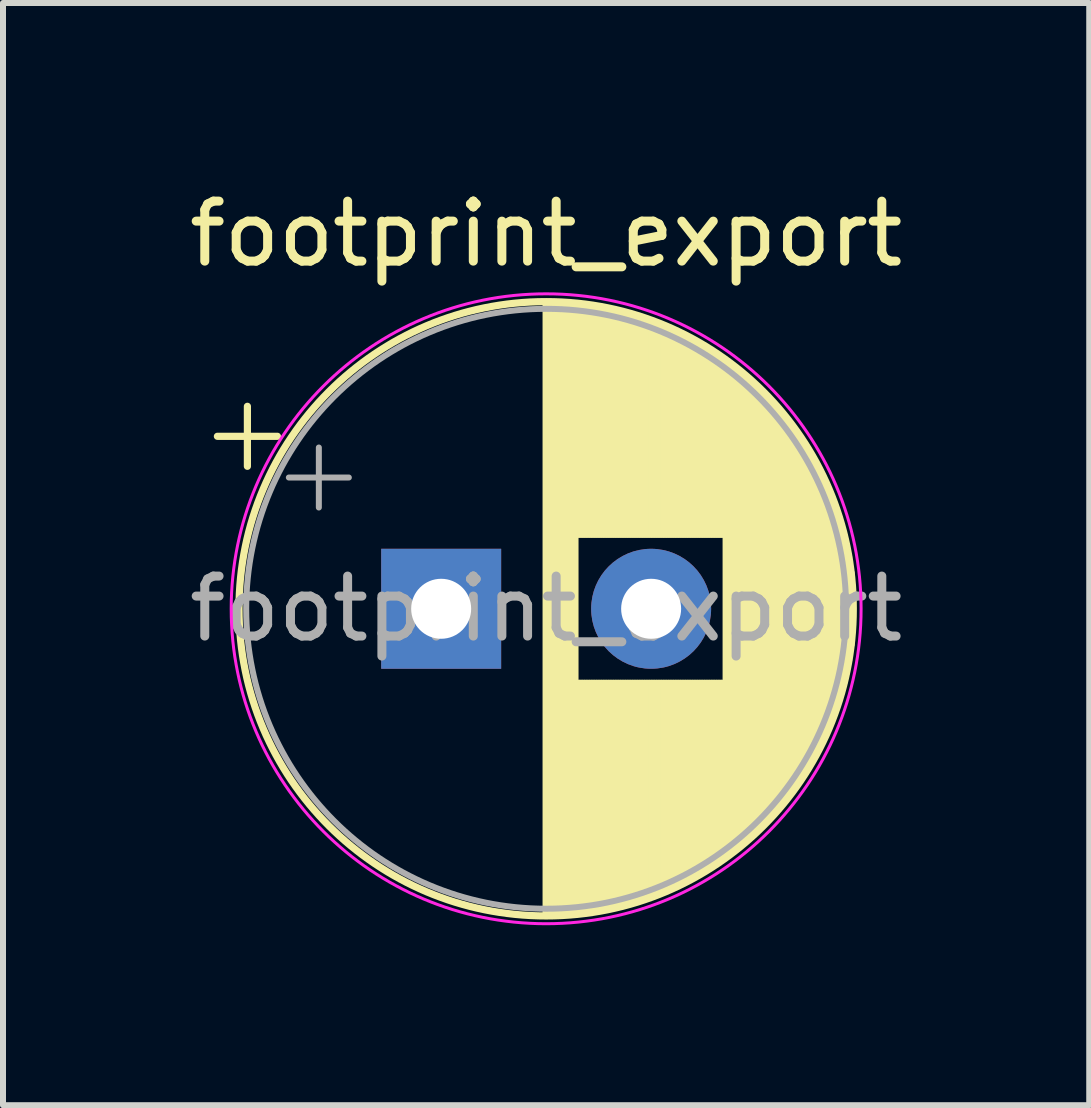
<source format=kicad_pcb>
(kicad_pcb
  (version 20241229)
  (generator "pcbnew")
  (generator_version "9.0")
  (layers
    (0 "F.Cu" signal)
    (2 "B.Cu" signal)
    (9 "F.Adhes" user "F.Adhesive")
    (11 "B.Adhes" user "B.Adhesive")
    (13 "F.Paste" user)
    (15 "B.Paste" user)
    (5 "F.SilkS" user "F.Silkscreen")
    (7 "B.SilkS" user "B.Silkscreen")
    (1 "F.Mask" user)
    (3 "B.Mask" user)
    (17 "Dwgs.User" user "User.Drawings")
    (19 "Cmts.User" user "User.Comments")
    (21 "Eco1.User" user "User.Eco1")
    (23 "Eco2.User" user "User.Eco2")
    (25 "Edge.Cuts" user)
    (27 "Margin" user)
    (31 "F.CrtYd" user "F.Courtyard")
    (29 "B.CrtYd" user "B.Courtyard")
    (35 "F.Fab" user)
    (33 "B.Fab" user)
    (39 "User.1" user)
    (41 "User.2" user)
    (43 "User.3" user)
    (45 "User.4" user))
  (footprint "footprint_export"
    (layer "F.Cu")
    (at 4.304 7.098)
    (property "Reference" "footprint_export" (at 1.75 -6.25 0) (layer "F.SilkS") (effects (font (size 1 1) (thickness 0.15))))
    (attr through_hole)
    (fp_line (start -3.73 -2.875) (end -2.73 -2.875) (stroke (width 0.12) (type solid)) (layer "F.SilkS"))
    (fp_line (start -3.23 -3.375) (end -3.23 -2.375) (stroke (width 0.12) (type solid)) (layer "F.SilkS"))
    (fp_line (start 1.75 -5.08) (end 1.75 5.08) (stroke (width 0.12) (type solid)) (layer "F.SilkS"))
    (fp_line (start 1.79 -5.08) (end 1.79 5.08) (stroke (width 0.12) (type solid)) (layer "F.SilkS"))
    (fp_line (start 1.83 -5.08) (end 1.83 5.08) (stroke (width 0.12) (type solid)) (layer "F.SilkS"))
    (fp_line (start 1.87 -5.079) (end 1.87 5.079) (stroke (width 0.12) (type solid)) (layer "F.SilkS"))
    (fp_line (start 1.91 -5.078) (end 1.91 5.078) (stroke (width 0.12) (type solid)) (layer "F.SilkS"))
    (fp_line (start 1.95 -5.077) (end 1.95 5.077) (stroke (width 0.12) (type solid)) (layer "F.SilkS"))
    (fp_line (start 1.99 -5.075) (end 1.99 5.075) (stroke (width 0.12) (type solid)) (layer "F.SilkS"))
    (fp_line (start 2.03 -5.073) (end 2.03 5.073) (stroke (width 0.12) (type solid)) (layer "F.SilkS"))
    (fp_line (start 2.07 -5.07) (end 2.07 5.07) (stroke (width 0.12) (type solid)) (layer "F.SilkS"))
    (fp_line (start 2.11 -5.068) (end 2.11 5.068) (stroke (width 0.12) (type solid)) (layer "F.SilkS"))
    (fp_line (start 2.15 -5.065) (end 2.15 5.065) (stroke (width 0.12) (type solid)) (layer "F.SilkS"))
    (fp_line (start 2.19 -5.062) (end 2.19 5.062) (stroke (width 0.12) (type solid)) (layer "F.SilkS"))
    (fp_line (start 2.23 -5.058) (end 2.23 5.058) (stroke (width 0.12) (type solid)) (layer "F.SilkS"))
    (fp_line (start 2.27 -5.054) (end 2.27 -1.241) (stroke (width 0.12) (type solid)) (layer "F.SilkS"))
    (fp_line (start 2.27 1.241) (end 2.27 5.054) (stroke (width 0.12) (type solid)) (layer "F.SilkS"))
    (fp_line (start 2.31 -5.05) (end 2.31 -1.241) (stroke (width 0.12) (type solid)) (layer "F.SilkS"))
    (fp_line (start 2.31 1.241) (end 2.31 5.05) (stroke (width 0.12) (type solid)) (layer "F.SilkS"))
    (fp_line (start 2.35 -5.045) (end 2.35 -1.241) (stroke (width 0.12) (type solid)) (layer "F.SilkS"))
    (fp_line (start 2.35 1.241) (end 2.35 5.045) (stroke (width 0.12) (type solid)) (layer "F.SilkS"))
    (fp_line (start 2.39 -5.04) (end 2.39 -1.241) (stroke (width 0.12) (type solid)) (layer "F.SilkS"))
    (fp_line (start 2.39 1.241) (end 2.39 5.04) (stroke (width 0.12) (type solid)) (layer "F.SilkS"))
    (fp_line (start 2.43 -5.035) (end 2.43 -1.241) (stroke (width 0.12) (type solid)) (layer "F.SilkS"))
    (fp_line (start 2.43 1.241) (end 2.43 5.035) (stroke (width 0.12) (type solid)) (layer "F.SilkS"))
    (fp_line (start 2.471 -5.03) (end 2.471 -1.241) (stroke (width 0.12) (type solid)) (layer "F.SilkS"))
    (fp_line (start 2.471 1.241) (end 2.471 5.03) (stroke (width 0.12) (type solid)) (layer "F.SilkS"))
    (fp_line (start 2.511 -5.024) (end 2.511 -1.241) (stroke (width 0.12) (type solid)) (layer "F.SilkS"))
    (fp_line (start 2.511 1.241) (end 2.511 5.024) (stroke (width 0.12) (type solid)) (layer "F.SilkS"))
    (fp_line (start 2.551 -5.018) (end 2.551 -1.241) (stroke (width 0.12) (type solid)) (layer "F.SilkS"))
    (fp_line (start 2.551 1.241) (end 2.551 5.018) (stroke (width 0.12) (type solid)) (layer "F.SilkS"))
    (fp_line (start 2.591 -5.011) (end 2.591 -1.241) (stroke (width 0.12) (type solid)) (layer "F.SilkS"))
    (fp_line (start 2.591 1.241) (end 2.591 5.011) (stroke (width 0.12) (type solid)) (layer "F.SilkS"))
    (fp_line (start 2.631 -5.004) (end 2.631 -1.241) (stroke (width 0.12) (type solid)) (layer "F.SilkS"))
    (fp_line (start 2.631 1.241) (end 2.631 5.004) (stroke (width 0.12) (type solid)) (layer "F.SilkS"))
    (fp_line (start 2.671 -4.997) (end 2.671 -1.241) (stroke (width 0.12) (type solid)) (layer "F.SilkS"))
    (fp_line (start 2.671 1.241) (end 2.671 4.997) (stroke (width 0.12) (type solid)) (layer "F.SilkS"))
    (fp_line (start 2.711 -4.99) (end 2.711 -1.241) (stroke (width 0.12) (type solid)) (layer "F.SilkS"))
    (fp_line (start 2.711 1.241) (end 2.711 4.99) (stroke (width 0.12) (type solid)) (layer "F.SilkS"))
    (fp_line (start 2.751 -4.982) (end 2.751 -1.241) (stroke (width 0.12) (type solid)) (layer "F.SilkS"))
    (fp_line (start 2.751 1.241) (end 2.751 4.982) (stroke (width 0.12) (type solid)) (layer "F.SilkS"))
    (fp_line (start 2.791 -4.974) (end 2.791 -1.241) (stroke (width 0.12) (type solid)) (layer "F.SilkS"))
    (fp_line (start 2.791 1.241) (end 2.791 4.974) (stroke (width 0.12) (type solid)) (layer "F.SilkS"))
    (fp_line (start 2.831 -4.965) (end 2.831 -1.241) (stroke (width 0.12) (type solid)) (layer "F.SilkS"))
    (fp_line (start 2.831 1.241) (end 2.831 4.965) (stroke (width 0.12) (type solid)) (layer "F.SilkS"))
    (fp_line (start 2.871 -4.956) (end 2.871 -1.241) (stroke (width 0.12) (type solid)) (layer "F.SilkS"))
    (fp_line (start 2.871 1.241) (end 2.871 4.956) (stroke (width 0.12) (type solid)) (layer "F.SilkS"))
    (fp_line (start 2.911 -4.947) (end 2.911 -1.241) (stroke (width 0.12) (type solid)) (layer "F.SilkS"))
    (fp_line (start 2.911 1.241) (end 2.911 4.947) (stroke (width 0.12) (type solid)) (layer "F.SilkS"))
    (fp_line (start 2.951 -4.938) (end 2.951 -1.241) (stroke (width 0.12) (type solid)) (layer "F.SilkS"))
    (fp_line (start 2.951 1.241) (end 2.951 4.938) (stroke (width 0.12) (type solid)) (layer "F.SilkS"))
    (fp_line (start 2.991 -4.928) (end 2.991 -1.241) (stroke (width 0.12) (type solid)) (layer "F.SilkS"))
    (fp_line (start 2.991 1.241) (end 2.991 4.928) (stroke (width 0.12) (type solid)) (layer "F.SilkS"))
    (fp_line (start 3.031 -4.918) (end 3.031 -1.241) (stroke (width 0.12) (type solid)) (layer "F.SilkS"))
    (fp_line (start 3.031 1.241) (end 3.031 4.918) (stroke (width 0.12) (type solid)) (layer "F.SilkS"))
    (fp_line (start 3.071 -4.907) (end 3.071 -1.241) (stroke (width 0.12) (type solid)) (layer "F.SilkS"))
    (fp_line (start 3.071 1.241) (end 3.071 4.907) (stroke (width 0.12) (type solid)) (layer "F.SilkS"))
    (fp_line (start 3.111 -4.897) (end 3.111 -1.241) (stroke (width 0.12) (type solid)) (layer "F.SilkS"))
    (fp_line (start 3.111 1.241) (end 3.111 4.897) (stroke (width 0.12) (type solid)) (layer "F.SilkS"))
    (fp_line (start 3.151 -4.885) (end 3.151 -1.241) (stroke (width 0.12) (type solid)) (layer "F.SilkS"))
    (fp_line (start 3.151 1.241) (end 3.151 4.885) (stroke (width 0.12) (type solid)) (layer "F.SilkS"))
    (fp_line (start 3.191 -4.874) (end 3.191 -1.241) (stroke (width 0.12) (type solid)) (layer "F.SilkS"))
    (fp_line (start 3.191 1.241) (end 3.191 4.874) (stroke (width 0.12) (type solid)) (layer "F.SilkS"))
    (fp_line (start 3.231 -4.862) (end 3.231 -1.241) (stroke (width 0.12) (type solid)) (layer "F.SilkS"))
    (fp_line (start 3.231 1.241) (end 3.231 4.862) (stroke (width 0.12) (type solid)) (layer "F.SilkS"))
    (fp_line (start 3.271 -4.85) (end 3.271 -1.241) (stroke (width 0.12) (type solid)) (layer "F.SilkS"))
    (fp_line (start 3.271 1.241) (end 3.271 4.85) (stroke (width 0.12) (type solid)) (layer "F.SilkS"))
    (fp_line (start 3.311 -4.837) (end 3.311 -1.241) (stroke (width 0.12) (type solid)) (layer "F.SilkS"))
    (fp_line (start 3.311 1.241) (end 3.311 4.837) (stroke (width 0.12) (type solid)) (layer "F.SilkS"))
    (fp_line (start 3.351 -4.824) (end 3.351 -1.241) (stroke (width 0.12) (type solid)) (layer "F.SilkS"))
    (fp_line (start 3.351 1.241) (end 3.351 4.824) (stroke (width 0.12) (type solid)) (layer "F.SilkS"))
    (fp_line (start 3.391 -4.811) (end 3.391 -1.241) (stroke (width 0.12) (type solid)) (layer "F.SilkS"))
    (fp_line (start 3.391 1.241) (end 3.391 4.811) (stroke (width 0.12) (type solid)) (layer "F.SilkS"))
    (fp_line (start 3.431 -4.797) (end 3.431 -1.241) (stroke (width 0.12) (type solid)) (layer "F.SilkS"))
    (fp_line (start 3.431 1.241) (end 3.431 4.797) (stroke (width 0.12) (type solid)) (layer "F.SilkS"))
    (fp_line (start 3.471 -4.783) (end 3.471 -1.241) (stroke (width 0.12) (type solid)) (layer "F.SilkS"))
    (fp_line (start 3.471 1.241) (end 3.471 4.783) (stroke (width 0.12) (type solid)) (layer "F.SilkS"))
    (fp_line (start 3.511 -4.768) (end 3.511 -1.241) (stroke (width 0.12) (type solid)) (layer "F.SilkS"))
    (fp_line (start 3.511 1.241) (end 3.511 4.768) (stroke (width 0.12) (type solid)) (layer "F.SilkS"))
    (fp_line (start 3.551 -4.754) (end 3.551 -1.241) (stroke (width 0.12) (type solid)) (layer "F.SilkS"))
    (fp_line (start 3.551 1.241) (end 3.551 4.754) (stroke (width 0.12) (type solid)) (layer "F.SilkS"))
    (fp_line (start 3.591 -4.738) (end 3.591 -1.241) (stroke (width 0.12) (type solid)) (layer "F.SilkS"))
    (fp_line (start 3.591 1.241) (end 3.591 4.738) (stroke (width 0.12) (type solid)) (layer "F.SilkS"))
    (fp_line (start 3.631 -4.723) (end 3.631 -1.241) (stroke (width 0.12) (type solid)) (layer "F.SilkS"))
    (fp_line (start 3.631 1.241) (end 3.631 4.723) (stroke (width 0.12) (type solid)) (layer "F.SilkS"))
    (fp_line (start 3.671 -4.707) (end 3.671 -1.241) (stroke (width 0.12) (type solid)) (layer "F.SilkS"))
    (fp_line (start 3.671 1.241) (end 3.671 4.707) (stroke (width 0.12) (type solid)) (layer "F.SilkS"))
    (fp_line (start 3.711 -4.69) (end 3.711 -1.241) (stroke (width 0.12) (type solid)) (layer "F.SilkS"))
    (fp_line (start 3.711 1.241) (end 3.711 4.69) (stroke (width 0.12) (type solid)) (layer "F.SilkS"))
    (fp_line (start 3.751 -4.674) (end 3.751 -1.241) (stroke (width 0.12) (type solid)) (layer "F.SilkS"))
    (fp_line (start 3.751 1.241) (end 3.751 4.674) (stroke (width 0.12) (type solid)) (layer "F.SilkS"))
    (fp_line (start 3.791 -4.657) (end 3.791 -1.241) (stroke (width 0.12) (type solid)) (layer "F.SilkS"))
    (fp_line (start 3.791 1.241) (end 3.791 4.657) (stroke (width 0.12) (type solid)) (layer "F.SilkS"))
    (fp_line (start 3.831 -4.639) (end 3.831 -1.241) (stroke (width 0.12) (type solid)) (layer "F.SilkS"))
    (fp_line (start 3.831 1.241) (end 3.831 4.639) (stroke (width 0.12) (type solid)) (layer "F.SilkS"))
    (fp_line (start 3.871 -4.621) (end 3.871 -1.241) (stroke (width 0.12) (type solid)) (layer "F.SilkS"))
    (fp_line (start 3.871 1.241) (end 3.871 4.621) (stroke (width 0.12) (type solid)) (layer "F.SilkS"))
    (fp_line (start 3.911 -4.603) (end 3.911 -1.241) (stroke (width 0.12) (type solid)) (layer "F.SilkS"))
    (fp_line (start 3.911 1.241) (end 3.911 4.603) (stroke (width 0.12) (type solid)) (layer "F.SilkS"))
    (fp_line (start 3.951 -4.584) (end 3.951 -1.241) (stroke (width 0.12) (type solid)) (layer "F.SilkS"))
    (fp_line (start 3.951 1.241) (end 3.951 4.584) (stroke (width 0.12) (type solid)) (layer "F.SilkS"))
    (fp_line (start 3.991 -4.564) (end 3.991 -1.241) (stroke (width 0.12) (type solid)) (layer "F.SilkS"))
    (fp_line (start 3.991 1.241) (end 3.991 4.564) (stroke (width 0.12) (type solid)) (layer "F.SilkS"))
    (fp_line (start 4.031 -4.545) (end 4.031 -1.241) (stroke (width 0.12) (type solid)) (layer "F.SilkS"))
    (fp_line (start 4.031 1.241) (end 4.031 4.545) (stroke (width 0.12) (type solid)) (layer "F.SilkS"))
    (fp_line (start 4.071 -4.525) (end 4.071 -1.241) (stroke (width 0.12) (type solid)) (layer "F.SilkS"))
    (fp_line (start 4.071 1.241) (end 4.071 4.525) (stroke (width 0.12) (type solid)) (layer "F.SilkS"))
    (fp_line (start 4.111 -4.504) (end 4.111 -1.241) (stroke (width 0.12) (type solid)) (layer "F.SilkS"))
    (fp_line (start 4.111 1.241) (end 4.111 4.504) (stroke (width 0.12) (type solid)) (layer "F.SilkS"))
    (fp_line (start 4.151 -4.483) (end 4.151 -1.241) (stroke (width 0.12) (type solid)) (layer "F.SilkS"))
    (fp_line (start 4.151 1.241) (end 4.151 4.483) (stroke (width 0.12) (type solid)) (layer "F.SilkS"))
    (fp_line (start 4.191 -4.462) (end 4.191 -1.241) (stroke (width 0.12) (type solid)) (layer "F.SilkS"))
    (fp_line (start 4.191 1.241) (end 4.191 4.462) (stroke (width 0.12) (type solid)) (layer "F.SilkS"))
    (fp_line (start 4.231 -4.44) (end 4.231 -1.241) (stroke (width 0.12) (type solid)) (layer "F.SilkS"))
    (fp_line (start 4.231 1.241) (end 4.231 4.44) (stroke (width 0.12) (type solid)) (layer "F.SilkS"))
    (fp_line (start 4.271 -4.417) (end 4.271 -1.241) (stroke (width 0.12) (type solid)) (layer "F.SilkS"))
    (fp_line (start 4.271 1.241) (end 4.271 4.417) (stroke (width 0.12) (type solid)) (layer "F.SilkS"))
    (fp_line (start 4.311 -4.395) (end 4.311 -1.241) (stroke (width 0.12) (type solid)) (layer "F.SilkS"))
    (fp_line (start 4.311 1.241) (end 4.311 4.395) (stroke (width 0.12) (type solid)) (layer "F.SilkS"))
    (fp_line (start 4.351 -4.371) (end 4.351 -1.241) (stroke (width 0.12) (type solid)) (layer "F.SilkS"))
    (fp_line (start 4.351 1.241) (end 4.351 4.371) (stroke (width 0.12) (type solid)) (layer "F.SilkS"))
    (fp_line (start 4.391 -4.347) (end 4.391 -1.241) (stroke (width 0.12) (type solid)) (layer "F.SilkS"))
    (fp_line (start 4.391 1.241) (end 4.391 4.347) (stroke (width 0.12) (type solid)) (layer "F.SilkS"))
    (fp_line (start 4.431 -4.323) (end 4.431 -1.241) (stroke (width 0.12) (type solid)) (layer "F.SilkS"))
    (fp_line (start 4.431 1.241) (end 4.431 4.323) (stroke (width 0.12) (type solid)) (layer "F.SilkS"))
    (fp_line (start 4.471 -4.298) (end 4.471 -1.241) (stroke (width 0.12) (type solid)) (layer "F.SilkS"))
    (fp_line (start 4.471 1.241) (end 4.471 4.298) (stroke (width 0.12) (type solid)) (layer "F.SilkS"))
    (fp_line (start 4.511 -4.273) (end 4.511 -1.241) (stroke (width 0.12) (type solid)) (layer "F.SilkS"))
    (fp_line (start 4.511 1.241) (end 4.511 4.273) (stroke (width 0.12) (type solid)) (layer "F.SilkS"))
    (fp_line (start 4.551 -4.247) (end 4.551 -1.241) (stroke (width 0.12) (type solid)) (layer "F.SilkS"))
    (fp_line (start 4.551 1.241) (end 4.551 4.247) (stroke (width 0.12) (type solid)) (layer "F.SilkS"))
    (fp_line (start 4.591 -4.221) (end 4.591 -1.241) (stroke (width 0.12) (type solid)) (layer "F.SilkS"))
    (fp_line (start 4.591 1.241) (end 4.591 4.221) (stroke (width 0.12) (type solid)) (layer "F.SilkS"))
    (fp_line (start 4.631 -4.194) (end 4.631 -1.241) (stroke (width 0.12) (type solid)) (layer "F.SilkS"))
    (fp_line (start 4.631 1.241) (end 4.631 4.194) (stroke (width 0.12) (type solid)) (layer "F.SilkS"))
    (fp_line (start 4.671 -4.166) (end 4.671 -1.241) (stroke (width 0.12) (type solid)) (layer "F.SilkS"))
    (fp_line (start 4.671 1.241) (end 4.671 4.166) (stroke (width 0.12) (type solid)) (layer "F.SilkS"))
    (fp_line (start 4.711 -4.138) (end 4.711 -1.241) (stroke (width 0.12) (type solid)) (layer "F.SilkS"))
    (fp_line (start 4.711 1.241) (end 4.711 4.138) (stroke (width 0.12) (type solid)) (layer "F.SilkS"))
    (fp_line (start 4.751 -4.11) (end 4.751 4.11) (stroke (width 0.12) (type solid)) (layer "F.SilkS"))
    (fp_line (start 4.791 -4.08) (end 4.791 4.08) (stroke (width 0.12) (type solid)) (layer "F.SilkS"))
    (fp_line (start 4.831 -4.05) (end 4.831 4.05) (stroke (width 0.12) (type solid)) (layer "F.SilkS"))
    (fp_line (start 4.871 -4.02) (end 4.871 4.02) (stroke (width 0.12) (type solid)) (layer "F.SilkS"))
    (fp_line (start 4.911 -3.989) (end 4.911 3.989) (stroke (width 0.12) (type solid)) (layer "F.SilkS"))
    (fp_line (start 4.951 -3.957) (end 4.951 3.957) (stroke (width 0.12) (type solid)) (layer "F.SilkS"))
    (fp_line (start 4.991 -3.925) (end 4.991 3.925) (stroke (width 0.12) (type solid)) (layer "F.SilkS"))
    (fp_line (start 5.031 -3.892) (end 5.031 3.892) (stroke (width 0.12) (type solid)) (layer "F.SilkS"))
    (fp_line (start 5.071 -3.858) (end 5.071 3.858) (stroke (width 0.12) (type solid)) (layer "F.SilkS"))
    (fp_line (start 5.111 -3.824) (end 5.111 3.824) (stroke (width 0.12) (type solid)) (layer "F.SilkS"))
    (fp_line (start 5.151 -3.789) (end 5.151 3.789) (stroke (width 0.12) (type solid)) (layer "F.SilkS"))
    (fp_line (start 5.191 -3.753) (end 5.191 3.753) (stroke (width 0.12) (type solid)) (layer "F.SilkS"))
    (fp_line (start 5.231 -3.716) (end 5.231 3.716) (stroke (width 0.12) (type solid)) (layer "F.SilkS"))
    (fp_line (start 5.271 -3.679) (end 5.271 3.679) (stroke (width 0.12) (type solid)) (layer "F.SilkS"))
    (fp_line (start 5.311 -3.64) (end 5.311 3.64) (stroke (width 0.12) (type solid)) (layer "F.SilkS"))
    (fp_line (start 5.351 -3.601) (end 5.351 3.601) (stroke (width 0.12) (type solid)) (layer "F.SilkS"))
    (fp_line (start 5.391 -3.561) (end 5.391 3.561) (stroke (width 0.12) (type solid)) (layer "F.SilkS"))
    (fp_line (start 5.431 -3.52) (end 5.431 3.52) (stroke (width 0.12) (type solid)) (layer "F.SilkS"))
    (fp_line (start 5.471 -3.478) (end 5.471 3.478) (stroke (width 0.12) (type solid)) (layer "F.SilkS"))
    (fp_line (start 5.511 -3.436) (end 5.511 3.436) (stroke (width 0.12) (type solid)) (layer "F.SilkS"))
    (fp_line (start 5.551 -3.392) (end 5.551 3.392) (stroke (width 0.12) (type solid)) (layer "F.SilkS"))
    (fp_line (start 5.591 -3.347) (end 5.591 3.347) (stroke (width 0.12) (type solid)) (layer "F.SilkS"))
    (fp_line (start 5.631 -3.301) (end 5.631 3.301) (stroke (width 0.12) (type solid)) (layer "F.SilkS"))
    (fp_line (start 5.671 -3.254) (end 5.671 3.254) (stroke (width 0.12) (type solid)) (layer "F.SilkS"))
    (fp_line (start 5.711 -3.206) (end 5.711 3.206) (stroke (width 0.12) (type solid)) (layer "F.SilkS"))
    (fp_line (start 5.751 -3.156) (end 5.751 3.156) (stroke (width 0.12) (type solid)) (layer "F.SilkS"))
    (fp_line (start 5.791 -3.106) (end 5.791 3.106) (stroke (width 0.12) (type solid)) (layer "F.SilkS"))
    (fp_line (start 5.831 -3.054) (end 5.831 3.054) (stroke (width 0.12) (type solid)) (layer "F.SilkS"))
    (fp_line (start 5.871 -3) (end 5.871 3) (stroke (width 0.12) (type solid)) (layer "F.SilkS"))
    (fp_line (start 5.911 -2.945) (end 5.911 2.945) (stroke (width 0.12) (type solid)) (layer "F.SilkS"))
    (fp_line (start 5.951 -2.889) (end 5.951 2.889) (stroke (width 0.12) (type solid)) (layer "F.SilkS"))
    (fp_line (start 5.991 -2.83) (end 5.991 2.83) (stroke (width 0.12) (type solid)) (layer "F.SilkS"))
    (fp_line (start 6.031 -2.77) (end 6.031 2.77) (stroke (width 0.12) (type solid)) (layer "F.SilkS"))
    (fp_line (start 6.071 -2.709) (end 6.071 2.709) (stroke (width 0.12) (type solid)) (layer "F.SilkS"))
    (fp_line (start 6.111 -2.645) (end 6.111 2.645) (stroke (width 0.12) (type solid)) (layer "F.SilkS"))
    (fp_line (start 6.151 -2.579) (end 6.151 2.579) (stroke (width 0.12) (type solid)) (layer "F.SilkS"))
    (fp_line (start 6.191 -2.51) (end 6.191 2.51) (stroke (width 0.12) (type solid)) (layer "F.SilkS"))
    (fp_line (start 6.231 -2.439) (end 6.231 2.439) (stroke (width 0.12) (type solid)) (layer "F.SilkS"))
    (fp_line (start 6.271 -2.365) (end 6.271 2.365) (stroke (width 0.12) (type solid)) (layer "F.SilkS"))
    (fp_line (start 6.311 -2.289) (end 6.311 2.289) (stroke (width 0.12) (type solid)) (layer "F.SilkS"))
    (fp_line (start 6.351 -2.209) (end 6.351 2.209) (stroke (width 0.12) (type solid)) (layer "F.SilkS"))
    (fp_line (start 6.391 -2.125) (end 6.391 2.125) (stroke (width 0.12) (type solid)) (layer "F.SilkS"))
    (fp_line (start 6.431 -2.037) (end 6.431 2.037) (stroke (width 0.12) (type solid)) (layer "F.SilkS"))
    (fp_line (start 6.471 -1.944) (end 6.471 1.944) (stroke (width 0.12) (type solid)) (layer "F.SilkS"))
    (fp_line (start 6.511 -1.846) (end 6.511 1.846) (stroke (width 0.12) (type solid)) (layer "F.SilkS"))
    (fp_line (start 6.551 -1.742) (end 6.551 1.742) (stroke (width 0.12) (type solid)) (layer "F.SilkS"))
    (fp_line (start 6.591 -1.63) (end 6.591 1.63) (stroke (width 0.12) (type solid)) (layer "F.SilkS"))
    (fp_line (start 6.631 -1.51) (end 6.631 1.51) (stroke (width 0.12) (type solid)) (layer "F.SilkS"))
    (fp_line (start 6.671 -1.378) (end 6.671 1.378) (stroke (width 0.12) (type solid)) (layer "F.SilkS"))
    (fp_line (start 6.711 -1.23) (end 6.711 1.23) (stroke (width 0.12) (type solid)) (layer "F.SilkS"))
    (fp_line (start 6.751 -1.062) (end 6.751 1.062) (stroke (width 0.12) (type solid)) (layer "F.SilkS"))
    (fp_line (start 6.791 -0.862) (end 6.791 0.862) (stroke (width 0.12) (type solid)) (layer "F.SilkS"))
    (fp_line (start 6.831 -0.599) (end 6.831 0.599) (stroke (width 0.12) (type solid)) (layer "F.SilkS"))
    (fp_circle (center 1.75 0) (end 6.87 0) (stroke (width 0.12) (type solid)) (fill no) (layer "F.SilkS"))
    (fp_circle (center 1.75 0) (end 7 0) (stroke (width 0.05) (type solid)) (fill no) (layer "F.CrtYd"))
    (fp_line (start -2.539 -2.188) (end -1.539 -2.188) (stroke (width 0.1) (type solid)) (layer "F.Fab"))
    (fp_line (start -2.039 -2.688) (end -2.039 -1.688) (stroke (width 0.1) (type solid)) (layer "F.Fab"))
    (fp_circle (center 1.75 0) (end 6.75 0) (stroke (width 0.1) (type solid)) (fill no) (layer "F.Fab"))
    (fp_text user "${REFERENCE}" (at 1.75 0 0) (layer "F.Fab") (effects (font (size 1 1) (thickness 0.15))))
    (pad "1" thru_hole rect (at 0 0) (size 2 2) (drill 1) (layers "*.Cu" "*.Mask"))
    (pad "2" thru_hole circle (at 3.5 0) (size 2 2) (drill 1) (layers "*.Cu" "*.Mask")))
  (gr_rect
    (start -3 -3)
    (end 15.107 15.373)
    (stroke (width 0.1) (type default))
    (fill no)
    (layer "Edge.Cuts")))
</source>
